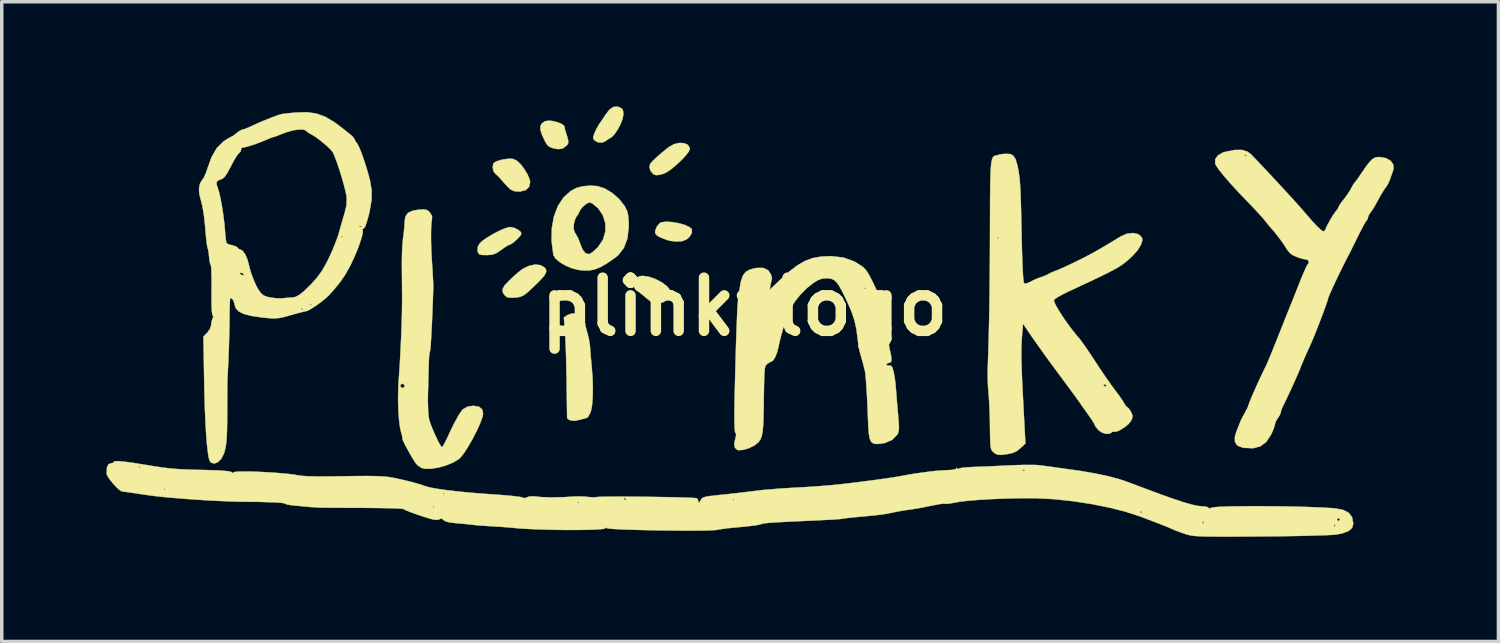
<source format=kicad_pcb>
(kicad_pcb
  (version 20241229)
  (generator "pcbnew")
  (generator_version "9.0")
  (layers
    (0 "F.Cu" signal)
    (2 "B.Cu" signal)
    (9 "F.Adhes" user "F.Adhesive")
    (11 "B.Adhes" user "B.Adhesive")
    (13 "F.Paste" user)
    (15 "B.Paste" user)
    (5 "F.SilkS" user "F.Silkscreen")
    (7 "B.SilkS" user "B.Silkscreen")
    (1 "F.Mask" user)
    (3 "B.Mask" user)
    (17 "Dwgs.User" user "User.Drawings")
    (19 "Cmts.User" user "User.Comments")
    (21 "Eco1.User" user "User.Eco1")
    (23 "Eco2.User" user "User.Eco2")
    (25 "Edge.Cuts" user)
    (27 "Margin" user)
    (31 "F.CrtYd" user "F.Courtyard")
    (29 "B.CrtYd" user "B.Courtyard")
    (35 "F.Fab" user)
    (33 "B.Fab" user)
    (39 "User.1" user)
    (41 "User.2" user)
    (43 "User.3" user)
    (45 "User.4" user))
  (footprint "plinkylogo"
    (layer "F.Cu")
    (at 18.281 5.74)
    (property "Reference" "plinkylogo" (at 0 0 0) (layer "F.SilkS") (effects (font (size 1.524 1.524) (thickness 0.3))))
    (attr through_hole)
    (fp_poly (pts (xy 6.096 4.636) (xy 6.075 4.657) (xy 6.054 4.636) (xy 6.075 4.614) (xy 6.096 4.636)) (stroke (width 0.01) (type solid)) (fill yes) (layer "F.SilkS"))
    (fp_poly (pts (xy -2.068 -2.427) (xy -1.885 -2.395) (xy -1.717 -2.348) (xy -1.585 -2.29) (xy -1.511 -2.227) (xy -1.507 -2.217) (xy -1.509 -2.115) (xy -1.577 -2.002) (xy -1.661 -1.928) (xy -1.784 -1.882) (xy -1.953 -1.869) (xy -2.136 -1.891) (xy -2.223 -1.915) (xy -2.4 -1.983) (xy -2.507 -2.042) (xy -2.557 -2.1) (xy -2.559 -2.104) (xy -2.556 -2.193) (xy -2.509 -2.3) (xy -2.437 -2.39) (xy -2.383 -2.422) (xy -2.241 -2.438) (xy -2.068 -2.427)) (stroke (width 0.01) (type solid)) (fill yes) (layer "F.SilkS"))
    (fp_poly (pts (xy -5.477 -5.319) (xy -5.343 -5.283) (xy -5.23 -5.234) (xy -5.165 -5.182) (xy -5.159 -5.167) (xy -5.153 -5.122) (xy -5.14 -5.069) (xy -5.113 -4.98) (xy -5.082 -4.88) (xy -5.05 -4.759) (xy -5.052 -4.684) (xy -5.081 -4.635) (xy -5.206 -4.536) (xy -5.347 -4.516) (xy -5.355 -4.518) (xy -5.506 -4.55) (xy -5.6 -4.589) (xy -5.664 -4.653) (xy -5.72 -4.751) (xy -5.808 -4.94) (xy -5.849 -5.077) (xy -5.846 -5.179) (xy -5.814 -5.246) (xy -5.72 -5.317) (xy -5.605 -5.334) (xy -5.477 -5.319)) (stroke (width 0.01) (type solid)) (fill yes) (layer "F.SilkS"))
    (fp_poly (pts (xy -2.746 -0.863) (xy -2.553 -0.796) (xy -2.371 -0.701) (xy -2.221 -0.588) (xy -2.124 -0.471) (xy -2.104 -0.422) (xy -2.116 -0.315) (xy -2.193 -0.214) (xy -2.319 -0.136) (xy -2.437 -0.102) (xy -2.533 -0.093) (xy -2.61 -0.107) (xy -2.694 -0.156) (xy -2.809 -0.248) (xy -2.836 -0.271) (xy -2.952 -0.367) (xy -3.043 -0.437) (xy -3.09 -0.466) (xy -3.092 -0.466) (xy -3.127 -0.5) (xy -3.166 -0.569) (xy -3.178 -0.683) (xy -3.125 -0.791) (xy -3.027 -0.867) (xy -2.929 -0.888) (xy -2.746 -0.863)) (stroke (width 0.01) (type solid)) (fill yes) (layer "F.SilkS"))
    (fp_poly (pts (xy -1.725 -4.687) (xy -1.62 -4.638) (xy -1.569 -4.551) (xy -1.566 -4.523) (xy -1.598 -4.446) (xy -1.682 -4.335) (xy -1.803 -4.206) (xy -1.944 -4.073) (xy -2.088 -3.953) (xy -2.22 -3.86) (xy -2.322 -3.811) (xy -2.455 -3.778) (xy -2.536 -3.772) (xy -2.593 -3.791) (xy -2.608 -3.8) (xy -2.691 -3.891) (xy -2.725 -4.002) (xy -2.701 -4.099) (xy -2.624 -4.185) (xy -2.499 -4.302) (xy -2.347 -4.434) (xy -2.186 -4.562) (xy -2.155 -4.586) (xy -2.011 -4.663) (xy -1.861 -4.696) (xy -1.725 -4.687)) (stroke (width 0.01) (type solid)) (fill yes) (layer "F.SilkS"))
    (fp_poly (pts (xy -6.641 -4.239) (xy -6.56 -4.206) (xy -6.51 -4.174) (xy -6.411 -4.082) (xy -6.308 -3.945) (xy -6.217 -3.792) (xy -6.157 -3.651) (xy -6.141 -3.576) (xy -6.172 -3.436) (xy -6.269 -3.343) (xy -6.427 -3.303) (xy -6.462 -3.302) (xy -6.6 -3.313) (xy -6.7 -3.36) (xy -6.788 -3.442) (xy -6.888 -3.549) (xy -6.973 -3.647) (xy -6.991 -3.67) (xy -7.068 -3.752) (xy -7.123 -3.795) (xy -7.188 -3.875) (xy -7.215 -3.991) (xy -7.197 -4.1) (xy -7.185 -4.119) (xy -7.114 -4.165) (xy -6.986 -4.206) (xy -6.887 -4.226) (xy -6.739 -4.244) (xy -6.641 -4.239)) (stroke (width 0.01) (type solid)) (fill yes) (layer "F.SilkS"))
    (fp_poly (pts (xy -5.845 -1.194) (xy -5.726 -1.124) (xy -5.699 -1.09) (xy -5.679 -1.032) (xy -5.694 -0.964) (xy -5.751 -0.875) (xy -5.858 -0.756) (xy -6.021 -0.594) (xy -6.065 -0.553) (xy -6.205 -0.424) (xy -6.307 -0.342) (xy -6.394 -0.296) (xy -6.485 -0.273) (xy -6.573 -0.264) (xy -6.716 -0.259) (xy -6.805 -0.277) (xy -6.868 -0.326) (xy -6.869 -0.327) (xy -6.929 -0.42) (xy -6.929 -0.513) (xy -6.866 -0.621) (xy -6.736 -0.758) (xy -6.576 -0.907) (xy -6.457 -1.01) (xy -6.361 -1.08) (xy -6.27 -1.13) (xy -6.177 -1.171) (xy -6.003 -1.211) (xy -5.845 -1.194)) (stroke (width 0.01) (type solid)) (fill yes) (layer "F.SilkS"))
    (fp_poly (pts (xy -3.586 -5.718) (xy -3.51 -5.677) (xy -3.478 -5.609) (xy -3.471 -5.505) (xy -3.495 -5.378) (xy -3.555 -5.224) (xy -3.639 -5.068) (xy -3.732 -4.935) (xy -3.82 -4.849) (xy -3.845 -4.837) (xy -3.938 -4.782) (xy -3.972 -4.754) (xy -4.074 -4.705) (xy -4.198 -4.712) (xy -4.293 -4.765) (xy -4.333 -4.817) (xy -4.334 -4.877) (xy -4.298 -4.978) (xy -4.294 -4.987) (xy -4.235 -5.113) (xy -4.175 -5.217) (xy -4.167 -5.228) (xy -4.106 -5.315) (xy -4.026 -5.436) (xy -3.991 -5.49) (xy -3.873 -5.646) (xy -3.762 -5.725) (xy -3.645 -5.735) (xy -3.586 -5.718)) (stroke (width 0.01) (type solid)) (fill yes) (layer "F.SilkS"))
    (fp_poly (pts (xy -6.602 -2.264) (xy -6.49 -2.211) (xy -6.411 -2.143) (xy -6.392 -2.095) (xy -6.423 -2.037) (xy -6.498 -1.953) (xy -6.592 -1.867) (xy -6.681 -1.801) (xy -6.735 -1.778) (xy -6.79 -1.754) (xy -6.887 -1.692) (xy -6.972 -1.63) (xy -7.103 -1.54) (xy -7.215 -1.496) (xy -7.351 -1.482) (xy -7.392 -1.482) (xy -7.525 -1.485) (xy -7.597 -1.503) (xy -7.632 -1.546) (xy -7.646 -1.591) (xy -7.642 -1.718) (xy -7.589 -1.813) (xy -7.505 -1.893) (xy -7.366 -1.989) (xy -7.198 -2.089) (xy -7.023 -2.179) (xy -6.863 -2.248) (xy -6.743 -2.283) (xy -6.719 -2.285) (xy -6.602 -2.264)) (stroke (width 0.01) (type solid)) (fill yes) (layer "F.SilkS"))
    (fp_poly (pts (xy -4.8 0.204) (xy -4.677 0.263) (xy -4.593 0.357) (xy -4.572 0.443) (xy -4.559 0.533) (xy -4.527 0.664) (xy -4.504 0.741) (xy -4.461 0.91) (xy -4.432 1.084) (xy -4.426 1.143) (xy -4.417 1.275) (xy -4.402 1.458) (xy -4.384 1.657) (xy -4.378 1.714) (xy -4.354 2.033) (xy -4.345 2.335) (xy -4.35 2.605) (xy -4.368 2.828) (xy -4.4 2.989) (xy -4.42 3.042) (xy -4.468 3.13) (xy -4.497 3.174) (xy -4.499 3.175) (xy -4.541 3.187) (xy -4.638 3.215) (xy -4.699 3.233) (xy -4.864 3.266) (xy -4.984 3.256) (xy -4.985 3.256) (xy -5.059 3.216) (xy -5.082 3.187) (xy -5.083 3.137) (xy -5.085 3.014) (xy -5.088 2.831) (xy -5.091 2.6) (xy -5.095 2.332) (xy -5.097 2.138) (xy -5.103 1.824) (xy -5.11 1.512) (xy -5.119 1.221) (xy -5.129 0.969) (xy -5.139 0.775) (xy -5.143 0.714) (xy -5.176 0.306) (xy -5.065 0.233) (xy -4.938 0.19) (xy -4.8 0.204)) (stroke (width 0.01) (type solid)) (fill yes) (layer "F.SilkS"))
    (fp_poly (pts (xy -4.212 -3.458) (xy -4.001 -3.389) (xy -3.786 -3.258) (xy -3.59 -3.085) (xy -3.435 -2.889) (xy -3.358 -2.733) (xy -3.334 -2.616) (xy -3.319 -2.451) (xy -3.317 -2.278) (xy -3.356 -1.953) (xy -3.456 -1.688) (xy -3.616 -1.481) (xy -3.692 -1.418) (xy -3.931 -1.251) (xy -4.129 -1.136) (xy -4.302 -1.067) (xy -4.47 -1.039) (xy -4.652 -1.043) (xy -4.763 -1.058) (xy -4.948 -1.105) (xy -5.132 -1.183) (xy -5.295 -1.28) (xy -5.416 -1.384) (xy -5.476 -1.482) (xy -5.477 -1.487) (xy -5.528 -1.883) (xy -5.521 -2.234) (xy -4.898 -2.234) (xy -4.86 -2.125) (xy -4.834 -2.086) (xy -4.766 -1.963) (xy -4.71 -1.82) (xy -4.706 -1.805) (xy -4.639 -1.636) (xy -4.554 -1.535) (xy -4.458 -1.509) (xy -4.444 -1.512) (xy -4.371 -1.554) (xy -4.271 -1.639) (xy -4.195 -1.715) (xy -4.055 -1.924) (xy -3.987 -2.156) (xy -3.988 -2.394) (xy -4.058 -2.622) (xy -4.193 -2.822) (xy -4.341 -2.947) (xy -4.415 -2.987) (xy -4.477 -2.981) (xy -4.564 -2.926) (xy -4.568 -2.924) (xy -4.662 -2.838) (xy -4.721 -2.749) (xy -4.723 -2.742) (xy -4.771 -2.643) (xy -4.807 -2.596) (xy -4.848 -2.521) (xy -4.883 -2.403) (xy -4.889 -2.372) (xy -4.898 -2.234) (xy -5.521 -2.234) (xy -5.521 -2.255) (xy -5.459 -2.593) (xy -5.346 -2.89) (xy -5.183 -3.135) (xy -4.975 -3.321) (xy -4.818 -3.405) (xy -4.637 -3.453) (xy -4.418 -3.472) (xy -4.212 -3.458)) (stroke (width 0.01) (type solid)) (fill yes) (layer "F.SilkS"))
    (fp_poly (pts (xy -9.112 -2.777) (xy -9.044 -2.735) (xy -9.022 -2.714) (xy -8.953 -2.602) (xy -8.953 -2.529) (xy -8.972 -2.388) (xy -8.981 -2.179) (xy -8.982 -1.919) (xy -8.974 -1.622) (xy -8.957 -1.305) (xy -8.953 -1.249) (xy -8.938 -1.03) (xy -8.927 -0.831) (xy -8.919 -0.673) (xy -8.917 -0.576) (xy -8.917 -0.572) (xy -8.927 -0.247) (xy -8.939 0.073) (xy -8.952 0.377) (xy -8.965 0.654) (xy -8.978 0.893) (xy -8.99 1.083) (xy -9.001 1.212) (xy -9.01 1.268) (xy -9.011 1.27) (xy -9.025 1.319) (xy -9.037 1.432) (xy -9.045 1.585) (xy -9.047 1.63) (xy -9.052 1.813) (xy -9.058 2.049) (xy -9.064 2.302) (xy -9.07 2.498) (xy -9.072 2.721) (xy -9.066 2.933) (xy -9.055 3.108) (xy -9.039 3.217) (xy -9.002 3.336) (xy -8.945 3.485) (xy -8.876 3.646) (xy -8.805 3.799) (xy -8.739 3.925) (xy -8.689 4.004) (xy -8.668 4.021) (xy -8.637 3.985) (xy -8.583 3.89) (xy -8.515 3.752) (xy -8.488 3.694) (xy -8.415 3.535) (xy -8.35 3.401) (xy -8.306 3.315) (xy -8.298 3.302) (xy -8.252 3.222) (xy -8.193 3.111) (xy -8.187 3.099) (xy -8.077 2.943) (xy -7.933 2.859) (xy -7.764 2.836) (xy -7.606 2.864) (xy -7.513 2.944) (xy -7.489 3.07) (xy -7.506 3.154) (xy -7.572 3.333) (xy -7.666 3.541) (xy -7.777 3.76) (xy -7.896 3.971) (xy -8.012 4.155) (xy -8.114 4.293) (xy -8.177 4.357) (xy -8.342 4.458) (xy -8.547 4.543) (xy -8.766 4.606) (xy -8.978 4.64) (xy -9.157 4.641) (xy -9.25 4.618) (xy -9.346 4.556) (xy -9.403 4.503) (xy -9.452 4.434) (xy -9.521 4.322) (xy -9.6 4.186) (xy -9.678 4.045) (xy -9.745 3.916) (xy -9.791 3.818) (xy -9.807 3.77) (xy -9.805 3.768) (xy -9.8 3.734) (xy -9.82 3.666) (xy -9.862 3.503) (xy -9.895 3.275) (xy -9.916 2.999) (xy -9.926 2.695) (xy -9.922 2.38) (xy -9.916 2.265) (xy -9.864 2.265) (xy -9.83 2.321) (xy -9.8 2.328) (xy -9.744 2.294) (xy -9.737 2.265) (xy -9.771 2.209) (xy -9.8 2.201) (xy -9.856 2.235) (xy -9.864 2.265) (xy -9.916 2.265) (xy -9.909 2.129) (xy -9.882 1.733) (xy -9.858 1.31) (xy -9.838 0.883) (xy -9.823 0.471) (xy -9.813 0.096) (xy -9.81 -0.221) (xy -9.81 -0.296) (xy -9.812 -0.54) (xy -9.814 -0.823) (xy -9.816 -1.101) (xy -9.817 -1.228) (xy -9.815 -1.457) (xy -9.806 -1.687) (xy -9.791 -1.887) (xy -9.78 -1.99) (xy -9.757 -2.166) (xy -9.742 -2.338) (xy -9.738 -2.438) (xy -9.715 -2.589) (xy -9.642 -2.691) (xy -9.507 -2.753) (xy -9.344 -2.781) (xy -9.201 -2.79) (xy -9.112 -2.777)) (stroke (width 0.01) (type solid)) (fill yes) (layer "F.SilkS"))
    (fp_poly (pts (xy 2.829 -1.413) (xy 3.15 -1.297) (xy 3.364 -1.162) (xy 3.422 -1.114) (xy 3.476 -1.057) (xy 3.53 -0.98) (xy 3.592 -0.872) (xy 3.669 -0.721) (xy 3.766 -0.516) (xy 3.891 -0.246) (xy 3.897 -0.233) (xy 3.933 -0.123) (xy 3.972 0.047) (xy 4.009 0.253) (xy 4.036 0.445) (xy 4.067 0.678) (xy 4.104 0.914) (xy 4.141 1.122) (xy 4.166 1.242) (xy 4.203 1.42) (xy 4.211 1.531) (xy 4.19 1.589) (xy 4.138 1.608) (xy 4.125 1.609) (xy 4.07 1.635) (xy 4.064 1.656) (xy 4.097 1.686) (xy 4.143 1.683) (xy 4.196 1.685) (xy 4.234 1.738) (xy 4.271 1.857) (xy 4.271 1.858) (xy 4.3 2.006) (xy 4.325 2.194) (xy 4.339 2.349) (xy 4.352 2.524) (xy 4.369 2.747) (xy 4.39 2.982) (xy 4.401 3.104) (xy 4.418 3.314) (xy 4.425 3.458) (xy 4.419 3.555) (xy 4.4 3.622) (xy 4.378 3.662) (xy 4.234 3.81) (xy 4.033 3.899) (xy 3.903 3.923) (xy 3.782 3.931) (xy 3.693 3.917) (xy 3.63 3.87) (xy 3.588 3.779) (xy 3.562 3.633) (xy 3.546 3.422) (xy 3.537 3.193) (xy 3.526 2.915) (xy 3.513 2.637) (xy 3.498 2.377) (xy 3.483 2.15) (xy 3.469 1.974) (xy 3.456 1.864) (xy 3.454 1.857) (xy 3.434 1.771) (xy 3.393 1.614) (xy 3.333 1.396) (xy 3.303 1.291) (xy 3.279 1.178) (xy 3.254 1.021) (xy 3.241 0.91) (xy 3.205 0.638) (xy 3.153 0.401) (xy 3.076 0.166) (xy 2.964 -0.098) (xy 2.915 -0.203) (xy 2.803 -0.434) (xy 2.751 -0.529) (xy 3.429 -0.529) (xy 3.45 -0.508) (xy 3.471 -0.529) (xy 3.45 -0.55) (xy 3.429 -0.529) (xy 2.751 -0.529) (xy 2.713 -0.598) (xy 2.636 -0.707) (xy 2.561 -0.772) (xy 2.477 -0.805) (xy 2.375 -0.817) (xy 2.365 -0.817) (xy 2.232 -0.809) (xy 2.109 -0.766) (xy 1.968 -0.68) (xy 1.778 -0.528) (xy 1.595 -0.342) (xy 1.438 -0.144) (xy 1.326 0.044) (xy 1.29 0.133) (xy 1.254 0.228) (xy 1.227 0.275) (xy 1.197 0.341) (xy 1.153 0.468) (xy 1.103 0.633) (xy 1.052 0.815) (xy 1.007 0.992) (xy 0.975 1.142) (xy 0.972 1.158) (xy 0.932 1.312) (xy 0.877 1.446) (xy 0.818 1.539) (xy 0.772 1.568) (xy 0.718 1.592) (xy 0.656 1.633) (xy 0.63 1.655) (xy 0.609 1.681) (xy 0.592 1.722) (xy 0.58 1.788) (xy 0.571 1.887) (xy 0.565 2.031) (xy 0.56 2.229) (xy 0.555 2.49) (xy 0.551 2.824) (xy 0.55 2.879) (xy 0.544 3.18) (xy 0.534 3.41) (xy 0.517 3.581) (xy 0.493 3.706) (xy 0.457 3.798) (xy 0.41 3.868) (xy 0.394 3.887) (xy 0.279 3.976) (xy 0.128 4.05) (xy -0.03 4.098) (xy -0.164 4.109) (xy -0.206 4.1) (xy -0.279 4.033) (xy -0.295 3.911) (xy -0.256 3.751) (xy -0.237 3.652) (xy -0.26 3.616) (xy -0.275 3.57) (xy -0.284 3.452) (xy -0.289 3.258) (xy -0.289 2.987) (xy -0.283 2.634) (xy -0.28 2.482) (xy -0.268 1.991) (xy -0.256 1.53) (xy -0.244 1.107) (xy -0.231 0.73) (xy -0.219 0.406) (xy -0.208 0.142) (xy -0.197 -0.053) (xy -0.187 -0.174) (xy -0.185 -0.191) (xy -0.167 -0.32) (xy -0.147 -0.469) (xy -0.144 -0.487) (xy -0.105 -0.722) (xy -0.05 -0.888) (xy 0.032 -0.998) (xy 0.152 -1.067) (xy 0.323 -1.109) (xy 0.352 -1.114) (xy 0.538 -1.113) (xy 0.676 -1.049) (xy 0.756 -0.929) (xy 0.782 -0.841) (xy 0.785 -0.797) (xy 0.771 -0.75) (xy 0.75 -0.653) (xy 0.747 -0.635) (xy 0.72 -0.487) (xy 1.025 -0.776) (xy 1.289 -1.015) (xy 1.521 -1.192) (xy 1.737 -1.316) (xy 1.955 -1.396) (xy 2.192 -1.438) (xy 2.464 -1.451) (xy 2.477 -1.451) (xy 2.829 -1.413)) (stroke (width 0.01) (type solid)) (fill yes) (layer "F.SilkS"))
    (fp_poly (pts (xy 14.415 -4.444) (xy 14.513 -4.369) (xy 14.777 -4.092) (xy 15.043 -3.808) (xy 15.303 -3.53) (xy 15.545 -3.267) (xy 15.76 -3.032) (xy 15.936 -2.835) (xy 16.064 -2.688) (xy 16.26 -2.461) (xy 16.41 -2.3) (xy 16.517 -2.2) (xy 16.583 -2.16) (xy 16.592 -2.159) (xy 16.633 -2.193) (xy 16.651 -2.233) (xy 16.698 -2.338) (xy 16.774 -2.478) (xy 16.859 -2.62) (xy 16.934 -2.728) (xy 16.951 -2.748) (xy 17.004 -2.819) (xy 17.018 -2.856) (xy 17.043 -2.906) (xy 17.106 -2.997) (xy 17.16 -3.065) (xy 17.26 -3.199) (xy 17.349 -3.336) (xy 17.377 -3.387) (xy 17.432 -3.487) (xy 17.474 -3.55) (xy 17.48 -3.556) (xy 17.517 -3.6) (xy 17.584 -3.693) (xy 17.664 -3.81) (xy 17.799 -4.007) (xy 17.902 -4.142) (xy 17.985 -4.227) (xy 18.06 -4.273) (xy 18.139 -4.29) (xy 18.201 -4.291) (xy 18.38 -4.259) (xy 18.513 -4.183) (xy 18.589 -4.073) (xy 18.596 -3.944) (xy 18.58 -3.895) (xy 18.55 -3.815) (xy 18.509 -3.696) (xy 18.499 -3.665) (xy 18.446 -3.536) (xy 18.382 -3.431) (xy 18.37 -3.417) (xy 18.313 -3.338) (xy 18.235 -3.211) (xy 18.154 -3.063) (xy 18.154 -3.062) (xy 18.073 -2.913) (xy 17.996 -2.787) (xy 17.94 -2.709) (xy 17.939 -2.708) (xy 17.882 -2.624) (xy 17.865 -2.565) (xy 17.842 -2.495) (xy 17.827 -2.479) (xy 17.795 -2.434) (xy 17.734 -2.328) (xy 17.655 -2.178) (xy 17.566 -2.001) (xy 17.476 -1.817) (xy 17.397 -1.657) (xy 17.338 -1.539) (xy 17.308 -1.482) (xy 17.243 -1.358) (xy 17.16 -1.195) (xy 17.068 -1.007) (xy 16.973 -0.81) (xy 16.884 -0.62) (xy 16.808 -0.453) (xy 16.752 -0.326) (xy 16.724 -0.253) (xy 16.722 -0.244) (xy 16.707 -0.185) (xy 16.666 -0.065) (xy 16.606 0.101) (xy 16.533 0.297) (xy 16.453 0.505) (xy 16.373 0.71) (xy 16.298 0.895) (xy 16.234 1.043) (xy 16.218 1.079) (xy 16.122 1.291) (xy 16.05 1.452) (xy 15.993 1.586) (xy 15.939 1.72) (xy 15.916 1.778) (xy 15.861 1.909) (xy 15.781 2.09) (xy 15.688 2.297) (xy 15.591 2.508) (xy 15.501 2.698) (xy 15.43 2.844) (xy 15.406 2.889) (xy 15.373 2.98) (xy 15.367 3.021) (xy 15.342 3.093) (xy 15.283 3.185) (xy 15.282 3.187) (xy 15.222 3.283) (xy 15.198 3.364) (xy 15.18 3.438) (xy 15.134 3.558) (xy 15.082 3.671) (xy 14.951 3.869) (xy 14.785 3.995) (xy 14.577 4.052) (xy 14.321 4.042) (xy 14.266 4.033) (xy 14.124 3.977) (xy 14.051 3.874) (xy 14.049 3.723) (xy 14.086 3.598) (xy 14.112 3.53) (xy 14.118 3.514) (xy 14.228 3.238) (xy 14.348 3.015) (xy 14.354 3.006) (xy 14.416 2.885) (xy 14.451 2.787) (xy 14.477 2.713) (xy 14.531 2.581) (xy 14.606 2.41) (xy 14.692 2.218) (xy 14.781 2.025) (xy 14.864 1.848) (xy 14.935 1.706) (xy 14.943 1.69) (xy 14.974 1.62) (xy 15.032 1.483) (xy 15.112 1.289) (xy 15.208 1.05) (xy 15.317 0.778) (xy 15.435 0.482) (xy 15.458 0.423) (xy 15.522 0.262) (xy 15.578 0.123) (xy 15.615 0.031) (xy 15.619 0.021) (xy 15.647 -0.048) (xy 15.7 -0.179) (xy 15.769 -0.355) (xy 15.85 -0.559) (xy 15.876 -0.625) (xy 15.957 -0.828) (xy 16.031 -1.001) (xy 16.089 -1.131) (xy 16.127 -1.201) (xy 16.134 -1.209) (xy 16.171 -1.269) (xy 16.151 -1.331) (xy 16.097 -1.355) (xy 15.981 -1.375) (xy 15.835 -1.423) (xy 15.703 -1.483) (xy 15.647 -1.52) (xy 15.571 -1.603) (xy 15.525 -1.672) (xy 15.452 -1.787) (xy 15.345 -1.937) (xy 15.228 -2.09) (xy 15.122 -2.217) (xy 15.102 -2.239) (xy 15.008 -2.348) (xy 14.914 -2.466) (xy 14.914 -2.467) (xy 14.85 -2.544) (xy 14.741 -2.665) (xy 14.6 -2.816) (xy 14.442 -2.982) (xy 14.403 -3.022) (xy 14.141 -3.296) (xy 13.914 -3.543) (xy 13.73 -3.756) (xy 13.592 -3.928) (xy 13.508 -4.053) (xy 13.485 -4.101) (xy 13.485 -4.225) (xy 13.56 -4.334) (xy 13.58 -4.346) (xy 14.323 -4.346) (xy 14.329 -4.321) (xy 14.351 -4.318) (xy 14.386 -4.333) (xy 14.379 -4.346) (xy 14.329 -4.351) (xy 14.323 -4.346) (xy 13.58 -4.346) (xy 13.699 -4.417) (xy 13.766 -4.438) (xy 14.038 -4.493) (xy 14.251 -4.495) (xy 14.415 -4.444)) (stroke (width 0.01) (type solid)) (fill yes) (layer "F.SilkS"))
    (fp_poly (pts (xy 7.612 -4.377) (xy 7.702 -4.331) (xy 7.766 -4.23) (xy 7.816 -4.062) (xy 7.83 -4) (xy 7.851 -3.891) (xy 7.868 -3.781) (xy 7.883 -3.658) (xy 7.895 -3.514) (xy 7.905 -3.337) (xy 7.914 -3.118) (xy 7.922 -2.847) (xy 7.93 -2.513) (xy 7.939 -2.106) (xy 7.94 -2.032) (xy 7.95 -1.607) (xy 7.961 -1.264) (xy 7.973 -1.001) (xy 7.986 -0.816) (xy 8 -0.706) (xy 8.014 -0.669) (xy 8.079 -0.669) (xy 8.176 -0.708) (xy 8.19 -0.717) (xy 8.319 -0.782) (xy 8.467 -0.84) (xy 8.488 -0.847) (xy 8.605 -0.889) (xy 8.69 -0.928) (xy 8.703 -0.936) (xy 8.77 -0.972) (xy 8.881 -1.019) (xy 8.92 -1.033) (xy 9.026 -1.076) (xy 9.185 -1.147) (xy 9.375 -1.236) (xy 9.552 -1.322) (xy 9.743 -1.418) (xy 9.917 -1.51) (xy 10.092 -1.606) (xy 10.286 -1.718) (xy 10.516 -1.856) (xy 10.788 -2.021) (xy 10.958 -2.094) (xy 11.127 -2.115) (xy 11.271 -2.085) (xy 11.347 -2.03) (xy 11.391 -1.969) (xy 11.399 -1.908) (xy 11.371 -1.814) (xy 11.355 -1.773) (xy 11.269 -1.629) (xy 11.123 -1.463) (xy 11.028 -1.374) (xy 10.948 -1.306) (xy 10.872 -1.244) (xy 10.79 -1.186) (xy 10.693 -1.125) (xy 10.574 -1.058) (xy 10.423 -0.98) (xy 10.232 -0.885) (xy 9.991 -0.77) (xy 9.692 -0.63) (xy 9.327 -0.459) (xy 9.259 -0.428) (xy 9.097 -0.347) (xy 8.965 -0.272) (xy 8.882 -0.214) (xy 8.863 -0.192) (xy 8.877 -0.131) (xy 8.932 -0.018) (xy 9.022 0.133) (xy 9.135 0.308) (xy 9.263 0.492) (xy 9.396 0.67) (xy 9.524 0.829) (xy 9.557 0.866) (xy 9.635 0.962) (xy 9.737 1.103) (xy 9.846 1.26) (xy 9.866 1.29) (xy 9.993 1.482) (xy 10.135 1.697) (xy 10.259 1.884) (xy 10.381 2.062) (xy 10.514 2.25) (xy 10.631 2.408) (xy 10.635 2.413) (xy 10.738 2.55) (xy 10.826 2.678) (xy 10.876 2.762) (xy 10.928 2.844) (xy 10.97 2.879) (xy 10.97 2.879) (xy 11.011 2.913) (xy 11.065 2.995) (xy 11.073 3.011) (xy 11.115 3.108) (xy 11.113 3.183) (xy 11.069 3.276) (xy 11.001 3.36) (xy 10.895 3.447) (xy 10.775 3.523) (xy 10.666 3.573) (xy 10.591 3.581) (xy 10.584 3.578) (xy 10.532 3.584) (xy 10.52 3.598) (xy 10.45 3.64) (xy 10.341 3.637) (xy 10.224 3.595) (xy 10.137 3.529) (xy 10.068 3.445) (xy 10.034 3.386) (xy 10.033 3.381) (xy 10.01 3.331) (xy 9.949 3.233) (xy 9.862 3.109) (xy 9.853 3.096) (xy 9.754 2.958) (xy 9.666 2.835) (xy 9.61 2.753) (xy 9.582 2.712) (xy 9.548 2.665) (xy 9.503 2.602) (xy 9.439 2.514) (xy 9.35 2.393) (xy 9.238 2.241) (xy 10.287 2.241) (xy 10.318 2.284) (xy 10.329 2.286) (xy 10.371 2.272) (xy 10.372 2.267) (xy 10.342 2.231) (xy 10.329 2.223) (xy 10.29 2.226) (xy 10.287 2.241) (xy 9.238 2.241) (xy 9.23 2.23) (xy 9.071 2.016) (xy 8.903 1.789) (xy 8.737 1.564) (xy 8.566 1.327) (xy 8.405 1.102) (xy 8.272 0.913) (xy 8.234 0.858) (xy 7.98 0.487) (xy 7.948 0.868) (xy 7.94 0.993) (xy 7.934 1.124) (xy 7.931 1.272) (xy 7.932 1.444) (xy 7.937 1.649) (xy 7.945 1.896) (xy 7.958 2.193) (xy 7.976 2.549) (xy 7.998 2.972) (xy 8.023 3.45) (xy 8.049 3.916) (xy 7.902 4.054) (xy 7.786 4.143) (xy 7.657 4.196) (xy 7.499 4.226) (xy 7.35 4.243) (xy 7.256 4.238) (xy 7.187 4.209) (xy 7.141 4.173) (xy 7.102 4.136) (xy 7.074 4.093) (xy 7.055 4.03) (xy 7.044 3.934) (xy 7.038 3.788) (xy 7.034 3.579) (xy 7.033 3.45) (xy 7.029 3.192) (xy 7.02 2.931) (xy 7.008 2.694) (xy 6.995 2.508) (xy 6.992 2.477) (xy 6.975 2.258) (xy 6.967 2.017) (xy 6.967 1.82) (xy 6.984 1.319) (xy 6.998 0.842) (xy 7.009 0.372) (xy 7.018 -0.108) (xy 7.024 -0.612) (xy 7.029 -1.158) (xy 7.032 -1.762) (xy 7.033 -1.968) (xy 7.239 -1.968) (xy 7.26 -1.947) (xy 7.281 -1.968) (xy 7.26 -1.99) (xy 7.239 -1.968) (xy 7.033 -1.968) (xy 7.033 -2.178) (xy 7.035 -2.657) (xy 7.036 -3.058) (xy 7.039 -3.388) (xy 7.044 -3.655) (xy 7.051 -3.865) (xy 7.061 -4.025) (xy 7.074 -4.143) (xy 7.092 -4.225) (xy 7.114 -4.279) (xy 7.142 -4.311) (xy 7.175 -4.328) (xy 7.215 -4.338) (xy 7.219 -4.338) (xy 7.287 -4.355) (xy 7.303 -4.363) (xy 7.34 -4.37) (xy 7.435 -4.38) (xy 7.484 -4.383) (xy 7.612 -4.377)) (stroke (width 0.01) (type solid)) (fill yes) (layer "F.SilkS"))
    (fp_poly (pts (xy -12.268 -5.538) (xy -12.016 -5.447) (xy -11.758 -5.296) (xy -11.53 -5.124) (xy -11.411 -5.029) (xy -11.299 -4.94) (xy -11.288 -4.932) (xy -11.213 -4.862) (xy -11.178 -4.81) (xy -11.178 -4.808) (xy -11.151 -4.749) (xy -11.108 -4.694) (xy -11.059 -4.612) (xy -10.996 -4.465) (xy -10.924 -4.27) (xy -10.849 -4.043) (xy -10.778 -3.802) (xy -10.731 -3.623) (xy -10.683 -3.34) (xy -10.687 -3.05) (xy -10.742 -2.728) (xy -10.768 -2.622) (xy -10.82 -2.436) (xy -10.86 -2.32) (xy -10.893 -2.26) (xy -10.925 -2.244) (xy -10.945 -2.213) (xy -10.938 -2.183) (xy -10.94 -2.107) (xy -10.973 -1.972) (xy -11.031 -1.795) (xy -11.108 -1.593) (xy -11.198 -1.383) (xy -11.294 -1.182) (xy -11.315 -1.143) (xy -11.441 -0.919) (xy -11.577 -0.719) (xy -11.743 -0.514) (xy -11.903 -0.335) (xy -12.003 -0.242) (xy -12.134 -0.136) (xy -12.277 -0.032) (xy -12.412 0.055) (xy -12.517 0.113) (xy -12.565 0.127) (xy -12.624 0.138) (xy -12.743 0.168) (xy -12.904 0.211) (xy -13.005 0.24) (xy -13.188 0.291) (xy -13.327 0.321) (xy -13.45 0.333) (xy -13.589 0.329) (xy -13.773 0.311) (xy -13.832 0.305) (xy -14.126 0.262) (xy -14.343 0.206) (xy -14.492 0.132) (xy -14.555 0.064) (xy -12.7 0.064) (xy -12.679 0.085) (xy -12.658 0.064) (xy -12.679 0.042) (xy -12.7 0.064) (xy -14.555 0.064) (xy -14.58 0.037) (xy -14.609 -0.064) (xy -12.446 -0.064) (xy -12.425 -0.042) (xy -12.404 -0.064) (xy -12.425 -0.085) (xy -12.446 -0.064) (xy -14.609 -0.064) (xy -14.615 -0.084) (xy -14.616 -0.092) (xy -14.648 -0.196) (xy -14.714 -0.251) (xy -14.732 -0.253) (xy -14.74 -0.214) (xy -14.747 -0.105) (xy -14.752 0.058) (xy -14.755 0.26) (xy -14.755 0.328) (xy -14.76 0.699) (xy -14.772 1.122) (xy -14.789 1.565) (xy -14.81 1.997) (xy -14.816 2.095) (xy -14.818 2.165) (xy -14.819 2.303) (xy -14.82 2.493) (xy -14.82 2.721) (xy -14.821 2.902) (xy -14.822 3.248) (xy -14.826 3.521) (xy -14.835 3.735) (xy -14.849 3.903) (xy -14.87 4.036) (xy -14.897 4.148) (xy -14.917 4.209) (xy -14.992 4.355) (xy -15.088 4.452) (xy -15.19 4.491) (xy -15.283 4.465) (xy -15.313 4.434) (xy -15.344 4.351) (xy -15.373 4.19) (xy -15.4 3.955) (xy -15.424 3.654) (xy -15.445 3.293) (xy -15.463 2.876) (xy -15.476 2.411) (xy -15.481 2.151) (xy -15.503 0.851) (xy -15.392 0.741) (xy -15.318 0.638) (xy -15.283 0.534) (xy -15.282 0.524) (xy -15.265 0.406) (xy -15.239 0.336) (xy -15.217 0.268) (xy -15.237 0.254) (xy -15.252 0.213) (xy -15.264 0.093) (xy -15.27 -0.1) (xy -15.271 -0.359) (xy -15.27 -0.466) (xy -15.269 -0.703) (xy -15.271 -0.908) (xy -15.273 -0.966) (xy -14.474 -0.966) (xy -14.444 -0.937) (xy -14.436 -0.931) (xy -14.372 -0.894) (xy -14.352 -0.905) (xy -14.351 -0.931) (xy -14.386 -0.967) (xy -14.425 -0.973) (xy -14.474 -0.966) (xy -15.273 -0.966) (xy -15.276 -1.068) (xy -15.284 -1.168) (xy -15.292 -1.196) (xy -15.312 -1.24) (xy -15.331 -1.343) (xy -15.34 -1.424) (xy -15.354 -1.556) (xy -15.371 -1.653) (xy -15.381 -1.681) (xy -15.396 -1.74) (xy -15.413 -1.859) (xy -15.429 -2.011) (xy -15.429 -2.014) (xy -15.455 -2.311) (xy -15.479 -2.541) (xy -15.503 -2.721) (xy -15.53 -2.869) (xy -15.557 -2.985) (xy -15.596 -3.134) (xy -15.618 -3.228) (xy -15.627 -3.294) (xy -15.628 -3.357) (xy -15.626 -3.417) (xy -15.598 -3.538) (xy -15.581 -3.565) (xy -15.13 -3.565) (xy -15.116 -3.473) (xy -15.098 -3.426) (xy -15.057 -3.294) (xy -15.012 -3.1) (xy -14.969 -2.866) (xy -14.931 -2.615) (xy -14.901 -2.369) (xy -14.884 -2.171) (xy -14.872 -2.016) (xy -14.857 -1.893) (xy -14.843 -1.829) (xy -14.842 -1.827) (xy -14.787 -1.793) (xy -14.686 -1.763) (xy -14.669 -1.76) (xy -14.571 -1.731) (xy -14.522 -1.697) (xy -14.52 -1.691) (xy -14.487 -1.653) (xy -14.472 -1.651) (xy -14.387 -1.612) (xy -14.306 -1.505) (xy -14.239 -1.349) (xy -14.207 -1.225) (xy -14.155 -1.023) (xy -14.077 -0.802) (xy -13.988 -0.6) (xy -13.932 -0.5) (xy -13.851 -0.385) (xy -13.772 -0.321) (xy -13.66 -0.282) (xy -13.584 -0.267) (xy -13.423 -0.245) (xy -13.269 -0.241) (xy -13.208 -0.246) (xy -13.083 -0.26) (xy -12.983 -0.264) (xy -12.979 -0.264) (xy -12.877 -0.278) (xy -12.758 -0.34) (xy -12.613 -0.455) (xy -12.432 -0.631) (xy -12.396 -0.669) (xy -12.235 -0.852) (xy -12.102 -1.037) (xy -11.979 -1.254) (xy -11.903 -1.407) (xy -11.808 -1.616) (xy -11.721 -1.83) (xy -11.654 -2.011) (xy -11.557 -2.011) (xy -11.536 -1.99) (xy -11.515 -2.011) (xy -11.536 -2.032) (xy -11.557 -2.011) (xy -11.654 -2.011) (xy -11.651 -2.019) (xy -11.62 -2.12) (xy -11.566 -2.314) (xy -11.035 -2.314) (xy -11.029 -2.289) (xy -11.007 -2.286) (xy -10.972 -2.301) (xy -10.978 -2.314) (xy -11.029 -2.319) (xy -11.035 -2.314) (xy -11.566 -2.314) (xy -11.565 -2.319) (xy -11.501 -2.538) (xy -11.463 -2.662) (xy -11.406 -2.898) (xy -11.397 -3.105) (xy -11.401 -3.149) (xy -11.426 -3.288) (xy -11.475 -3.483) (xy -11.539 -3.708) (xy -11.611 -3.94) (xy -11.684 -4.156) (xy -11.751 -4.331) (xy -11.794 -4.424) (xy -11.859 -4.506) (xy -11.974 -4.616) (xy -12.116 -4.736) (xy -12.263 -4.847) (xy -12.394 -4.931) (xy -12.452 -4.961) (xy -12.528 -5.01) (xy -12.55 -5.035) (xy -12.622 -5.076) (xy -12.753 -5.082) (xy -12.927 -5.057) (xy -13.127 -5.002) (xy -13.32 -4.928) (xy -13.418 -4.888) (xy -13.48 -4.869) (xy -13.483 -4.868) (xy -13.538 -4.852) (xy -13.634 -4.814) (xy -13.646 -4.809) (xy -13.815 -4.738) (xy -13.994 -4.67) (xy -14.162 -4.614) (xy -14.295 -4.577) (xy -14.365 -4.565) (xy -14.421 -4.545) (xy -14.422 -4.514) (xy -14.436 -4.451) (xy -14.474 -4.415) (xy -14.524 -4.358) (xy -14.597 -4.245) (xy -14.68 -4.095) (xy -14.713 -4.029) (xy -14.815 -3.84) (xy -14.901 -3.715) (xy -14.965 -3.665) (xy -15.083 -3.621) (xy -15.13 -3.565) (xy -15.581 -3.565) (xy -15.542 -3.628) (xy -15.487 -3.709) (xy -15.428 -3.841) (xy -15.39 -3.954) (xy -15.269 -4.29) (xy -15.12 -4.547) (xy -14.942 -4.727) (xy -14.92 -4.743) (xy -14.812 -4.814) (xy -14.733 -4.859) (xy -14.709 -4.868) (xy -14.661 -4.893) (xy -14.578 -4.955) (xy -14.555 -4.974) (xy -14.461 -5.043) (xy -14.387 -5.079) (xy -14.377 -5.08) (xy -14.313 -5.097) (xy -14.2 -5.143) (xy -14.094 -5.191) (xy -13.94 -5.262) (xy -13.759 -5.339) (xy -13.574 -5.413) (xy -13.409 -5.475) (xy -13.287 -5.515) (xy -13.25 -5.524) (xy -13.18 -5.533) (xy -13.051 -5.547) (xy -12.886 -5.563) (xy -12.836 -5.567) (xy -12.534 -5.575) (xy -12.268 -5.538)) (stroke (width 0.01) (type solid)) (fill yes) (layer "F.SilkS"))
    (fp_poly (pts (xy -17.783 4.436) (xy -17.544 4.467) (xy -17.226 4.518) (xy -17.187 4.524) (xy -16.914 4.569) (xy -16.686 4.603) (xy -16.482 4.628) (xy -16.279 4.646) (xy -16.057 4.659) (xy -15.794 4.668) (xy -15.468 4.676) (xy -15.453 4.676) (xy -15.14 4.686) (xy -14.91 4.699) (xy -14.764 4.715) (xy -14.7 4.735) (xy -14.697 4.74) (xy -14.666 4.765) (xy -14.623 4.738) (xy -14.562 4.725) (xy -14.433 4.719) (xy -14.25 4.719) (xy -14.03 4.724) (xy -13.787 4.735) (xy -13.537 4.749) (xy -13.296 4.767) (xy -13.078 4.787) (xy -12.9 4.809) (xy -12.785 4.83) (xy -12.667 4.845) (xy -12.468 4.856) (xy -12.193 4.861) (xy -11.845 4.86) (xy -11.493 4.855) (xy -11.109 4.849) (xy -10.798 4.848) (xy -10.55 4.852) (xy -10.355 4.861) (xy -10.201 4.876) (xy -10.097 4.892) (xy -9.792 4.957) (xy -9.508 5.027) (xy -9.27 5.096) (xy -9.141 5.141) (xy -9.015 5.176) (xy -8.814 5.213) (xy -8.549 5.251) (xy -8.231 5.288) (xy -7.87 5.324) (xy -7.476 5.356) (xy -7.133 5.38) (xy -6.888 5.398) (xy -6.672 5.417) (xy -6.5 5.437) (xy -6.387 5.455) (xy -6.345 5.47) (xy -6.291 5.485) (xy -6.266 5.473) (xy -3.465 5.473) (xy -3.454 5.497) (xy -3.412 5.542) (xy -3.387 5.533) (xy -3.387 5.527) (xy -3.417 5.491) (xy -3.436 5.478) (xy -3.465 5.473) (xy -6.266 5.473) (xy -6.237 5.46) (xy -6.162 5.434) (xy -6.041 5.43) (xy -5.856 5.448) (xy -5.843 5.45) (xy -5.56 5.468) (xy -5.235 5.46) (xy -5.114 5.45) (xy -4.837 5.433) (xy -4.599 5.436) (xy -4.467 5.45) (xy -4.346 5.466) (xy -4.271 5.466) (xy -4.258 5.456) (xy -4.222 5.449) (xy -4.114 5.444) (xy -3.944 5.441) (xy -3.724 5.439) (xy -3.467 5.439) (xy -3.183 5.441) (xy -2.884 5.443) (xy -2.583 5.447) (xy -2.29 5.452) (xy -2.017 5.457) (xy -1.777 5.464) (xy -1.58 5.47) (xy -1.439 5.478) (xy -1.364 5.485) (xy -1.356 5.488) (xy -1.329 5.547) (xy -1.328 5.549) (xy -1.317 5.619) (xy -1.317 5.62) (xy -1.297 5.611) (xy -1.258 5.546) (xy -1.244 5.524) (xy -0.339 5.524) (xy -0.318 5.546) (xy -0.296 5.524) (xy -0.318 5.503) (xy -0.339 5.524) (xy -1.244 5.524) (xy -1.23 5.5) (xy -1.189 5.468) (xy -1.119 5.444) (xy -1.006 5.424) (xy -0.833 5.404) (xy -0.697 5.39) (xy -0.463 5.366) (xy -0.224 5.339) (xy -0.015 5.314) (xy 0.106 5.299) (xy 0.517 5.25) (xy 1.005 5.209) (xy 1.376 5.186) (xy 1.765 5.164) (xy 2.095 5.143) (xy 2.392 5.119) (xy 2.683 5.091) (xy 2.994 5.056) (xy 3.344 5.013) (xy 3.625 4.977) (xy 3.901 4.939) (xy 4.151 4.903) (xy 4.356 4.871) (xy 4.487 4.849) (xy 4.669 4.815) (xy 4.844 4.785) (xy 4.973 4.766) (xy 4.974 4.766) (xy 5.13 4.745) (xy 5.301 4.721) (xy 5.334 4.717) (xy 5.483 4.701) (xy 5.669 4.688) (xy 5.801 4.681) (xy 5.954 4.672) (xy 5.959 4.671) (xy 7.973 4.671) (xy 7.979 4.696) (xy 8.001 4.699) (xy 8.036 4.684) (xy 8.029 4.671) (xy 7.979 4.666) (xy 7.973 4.671) (xy 5.959 4.671) (xy 6.076 4.654) (xy 6.138 4.636) (xy 6.205 4.618) (xy 6.333 4.602) (xy 6.501 4.591) (xy 6.58 4.588) (xy 6.802 4.58) (xy 7.063 4.569) (xy 7.32 4.557) (xy 7.408 4.553) (xy 7.615 4.543) (xy 7.808 4.535) (xy 7.961 4.531) (xy 8.022 4.53) (xy 8.162 4.53) (xy 8.284 4.53) (xy 8.297 4.53) (xy 8.391 4.535) (xy 8.537 4.551) (xy 8.707 4.573) (xy 8.721 4.575) (xy 8.899 4.601) (xy 9.065 4.624) (xy 9.184 4.64) (xy 9.186 4.641) (xy 9.634 4.703) (xy 10.051 4.776) (xy 10.422 4.854) (xy 10.732 4.937) (xy 10.88 4.985) (xy 11.032 5.041) (xy 11.226 5.113) (xy 11.427 5.189) (xy 11.472 5.206) (xy 11.911 5.369) (xy 12.277 5.499) (xy 12.574 5.598) (xy 12.808 5.665) (xy 12.982 5.704) (xy 13.092 5.715) (xy 13.209 5.723) (xy 13.281 5.744) (xy 13.293 5.759) (xy 13.321 5.78) (xy 13.378 5.757) (xy 13.447 5.743) (xy 13.589 5.732) (xy 13.795 5.723) (xy 14.052 5.717) (xy 14.349 5.714) (xy 14.677 5.713) (xy 15.023 5.715) (xy 15.377 5.718) (xy 15.727 5.725) (xy 16.064 5.733) (xy 16.375 5.744) (xy 16.65 5.757) (xy 16.878 5.771) (xy 16.912 5.774) (xy 17.147 5.817) (xy 17.31 5.9) (xy 17.407 6.027) (xy 17.441 6.203) (xy 17.441 6.22) (xy 17.408 6.336) (xy 17.306 6.425) (xy 17.129 6.491) (xy 16.968 6.524) (xy 16.873 6.533) (xy 16.702 6.542) (xy 16.468 6.55) (xy 16.178 6.558) (xy 15.844 6.566) (xy 15.475 6.572) (xy 15.082 6.577) (xy 14.801 6.579) (xy 14.343 6.582) (xy 13.962 6.584) (xy 13.649 6.584) (xy 13.396 6.583) (xy 13.195 6.58) (xy 13.037 6.574) (xy 12.915 6.567) (xy 12.821 6.556) (xy 12.746 6.543) (xy 12.682 6.526) (xy 12.658 6.519) (xy 12.491 6.462) (xy 12.326 6.399) (xy 12.255 6.369) (xy 12.181 6.336) (xy 12.104 6.303) (xy 12.012 6.266) (xy 12.011 6.265) (xy 16.891 6.265) (xy 16.906 6.3) (xy 16.919 6.294) (xy 16.924 6.243) (xy 16.919 6.237) (xy 16.894 6.243) (xy 16.891 6.265) (xy 12.011 6.265) (xy 11.89 6.218) (xy 11.793 6.181) (xy 13.123 6.181) (xy 13.139 6.216) (xy 13.152 6.209) (xy 13.157 6.159) (xy 13.152 6.152) (xy 13.126 6.158) (xy 13.123 6.181) (xy 11.793 6.181) (xy 11.724 6.154) (xy 11.571 6.096) (xy 16.976 6.096) (xy 17.008 6.137) (xy 17.018 6.138) (xy 17.059 6.106) (xy 17.06 6.096) (xy 17.028 6.055) (xy 17.018 6.054) (xy 16.977 6.086) (xy 16.976 6.096) (xy 11.571 6.096) (xy 11.501 6.069) (xy 11.345 6.01) (xy 10.963 5.884) (xy 11.345 5.884) (xy 11.361 5.919) (xy 11.374 5.913) (xy 11.379 5.862) (xy 11.374 5.856) (xy 11.348 5.862) (xy 11.345 5.884) (xy 10.963 5.884) (xy 10.936 5.875) (xy 10.463 5.755) (xy 9.949 5.652) (xy 9.416 5.57) (xy 8.884 5.513) (xy 8.374 5.485) (xy 8.191 5.483) (xy 7.809 5.486) (xy 7.426 5.496) (xy 7.058 5.511) (xy 6.719 5.531) (xy 6.424 5.555) (xy 6.187 5.582) (xy 6.054 5.605) (xy 5.909 5.632) (xy 5.799 5.646) (xy 5.747 5.645) (xy 5.723 5.639) (xy 5.675 5.642) (xy 5.588 5.654) (xy 5.452 5.679) (xy 5.253 5.719) (xy 5.08 5.754) (xy 4.908 5.785) (xy 4.727 5.812) (xy 4.695 5.816) (xy 4.523 5.841) (xy 4.346 5.874) (xy 4.314 5.88) (xy 4.171 5.911) (xy 4.041 5.935) (xy 3.904 5.955) (xy 3.738 5.975) (xy 3.522 5.996) (xy 3.346 6.012) (xy 3.144 6.031) (xy 2.973 6.049) (xy 2.852 6.064) (xy 2.797 6.073) (xy 2.796 6.074) (xy 2.747 6.08) (xy 2.63 6.089) (xy 2.46 6.1) (xy 2.254 6.11) (xy 2.18 6.114) (xy 1.76 6.133) (xy 1.417 6.149) (xy 1.141 6.163) (xy 0.927 6.175) (xy 0.765 6.185) (xy 0.647 6.195) (xy 0.565 6.205) (xy 0.512 6.215) (xy 0.486 6.223) (xy 0.413 6.244) (xy 0.296 6.264) (xy 0.127 6.285) (xy -0.108 6.309) (xy -0.339 6.33) (xy -0.513 6.348) (xy -0.679 6.372) (xy -0.773 6.39) (xy -0.859 6.399) (xy -1.011 6.406) (xy -1.22 6.41) (xy -1.474 6.413) (xy -1.76 6.412) (xy -2.068 6.41) (xy -2.387 6.407) (xy -2.704 6.401) (xy -3.008 6.394) (xy -3.288 6.386) (xy -3.533 6.377) (xy -3.73 6.367) (xy -3.868 6.356) (xy -3.937 6.345) (xy -3.942 6.342) (xy -3.973 6.324) (xy -3.985 6.345) (xy -4.031 6.362) (xy -4.151 6.375) (xy -4.33 6.385) (xy -4.559 6.391) (xy -4.824 6.394) (xy -5.114 6.394) (xy -5.417 6.39) (xy -5.721 6.383) (xy -6.014 6.373) (xy -6.283 6.36) (xy -6.518 6.344) (xy -6.668 6.329) (xy -6.785 6.319) (xy -6.957 6.306) (xy -7.157 6.293) (xy -7.26 6.287) (xy -7.456 6.275) (xy -7.633 6.262) (xy -7.766 6.249) (xy -7.811 6.244) (xy -7.916 6.231) (xy -8.073 6.216) (xy -8.248 6.201) (xy -8.255 6.2) (xy -8.449 6.179) (xy -8.57 6.146) (xy -8.626 6.107) (xy -8.683 6.063) (xy -8.724 6.082) (xy -8.803 6.107) (xy -8.916 6.095) (xy -9.035 6.063) (xy -9.189 6.015) (xy -9.357 5.959) (xy -9.52 5.901) (xy -9.656 5.849) (xy -9.746 5.809) (xy -9.771 5.793) (xy -9.815 5.785) (xy -9.933 5.778) (xy -10.114 5.772) (xy -10.348 5.767) (xy -10.625 5.763) (xy -10.932 5.76) (xy -11.02 5.76) (xy -11.345 5.758) (xy -11.652 5.755) (xy -11.927 5.752) (xy -12.158 5.747) (xy -12.332 5.742) (xy -12.436 5.737) (xy -12.446 5.736) (xy -12.448 5.736) (xy -8.932 5.736) (xy -8.911 5.757) (xy -8.89 5.736) (xy -8.911 5.715) (xy -8.932 5.736) (xy -12.448 5.736) (xy -12.601 5.721) (xy -12.786 5.704) (xy -12.888 5.695) (xy -13.026 5.678) (xy -13.127 5.657) (xy -13.163 5.641) (xy -13.214 5.624) (xy -13.326 5.61) (xy -13.349 5.609) (xy -4.784 5.609) (xy -4.763 5.63) (xy -4.741 5.609) (xy -4.763 5.588) (xy -4.784 5.609) (xy -13.349 5.609) (xy -13.476 5.602) (xy -13.483 5.602) (xy -13.641 5.598) (xy -13.77 5.594) (xy -13.843 5.591) (xy -13.843 5.591) (xy -13.917 5.589) (xy -14.045 5.587) (xy -14.182 5.588) (xy -14.42 5.585) (xy -14.72 5.576) (xy -15.059 5.562) (xy -15.413 5.544) (xy -15.759 5.522) (xy -16.066 5.499) (xy -16.348 5.476) (xy -16.567 5.457) (xy -16.745 5.439) (xy -16.904 5.421) (xy -17.064 5.4) (xy -17.248 5.373) (xy -17.36 5.357) (xy -17.37 5.355) (xy -8.636 5.355) (xy -8.615 5.376) (xy -8.594 5.355) (xy -8.615 5.334) (xy -8.636 5.355) (xy -17.37 5.355) (xy -17.544 5.33) (xy -17.697 5.308) (xy -17.798 5.295) (xy -17.83 5.292) (xy -17.893 5.26) (xy -17.929 5.228) (xy -16.637 5.228) (xy -16.616 5.249) (xy -16.595 5.228) (xy -16.616 5.207) (xy -16.637 5.228) (xy -17.929 5.228) (xy -17.985 5.179) (xy -18.087 5.07) (xy -18.182 4.953) (xy -18.251 4.849) (xy -18.276 4.784) (xy -18.268 4.611) (xy -18.26 4.593) (xy -17.357 4.593) (xy -17.335 4.614) (xy -17.314 4.593) (xy -17.335 4.572) (xy -17.357 4.593) (xy -18.26 4.593) (xy -18.225 4.513) (xy -18.16 4.487) (xy -18.092 4.471) (xy -18.076 4.449) (xy -18.045 4.427) (xy -17.949 4.422) (xy -17.783 4.436)) (stroke (width 0.01) (type solid)) (fill yes) (layer "F.SilkS")))
  (gr_rect
    (start -3 -3)
    (end 39.882 15.33)
    (stroke (width 0.1) (type default))
    (fill no)
    (layer "Edge.Cuts")))
</source>
